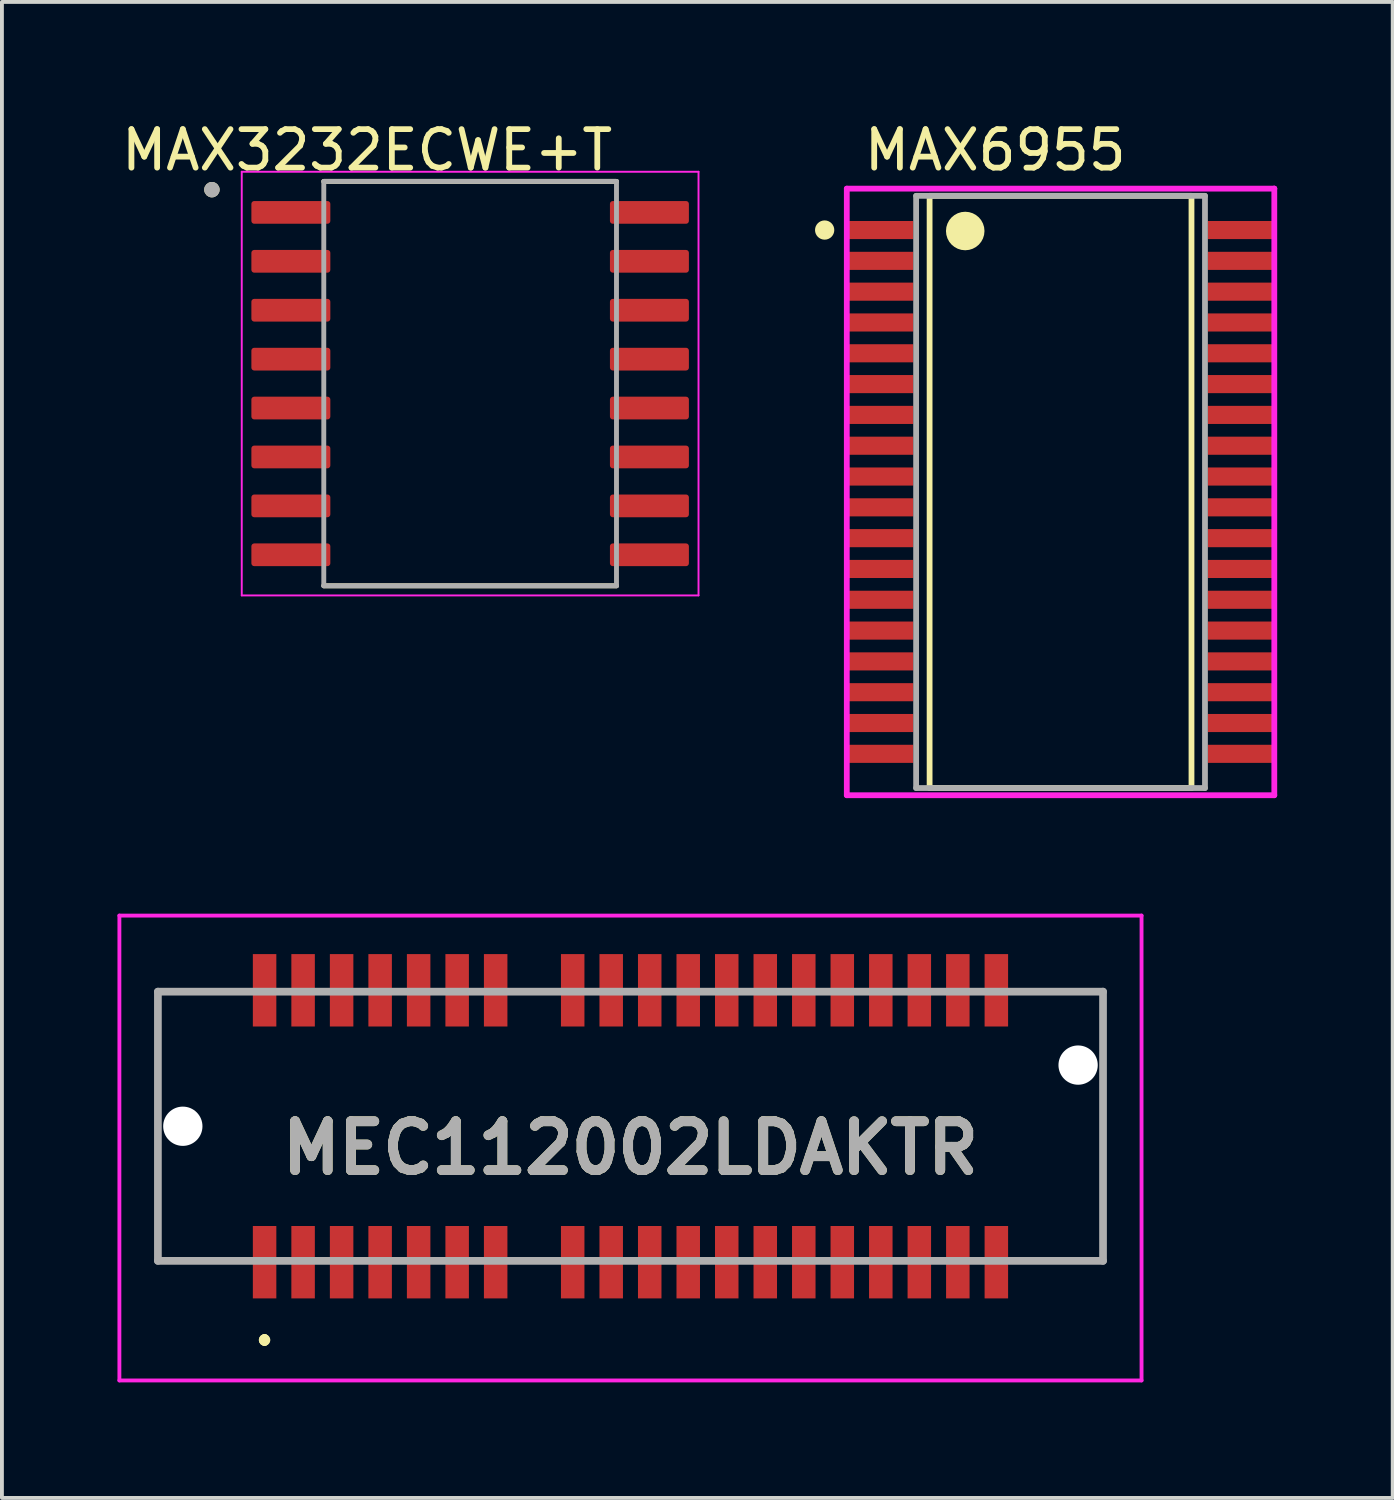
<source format=kicad_pcb>
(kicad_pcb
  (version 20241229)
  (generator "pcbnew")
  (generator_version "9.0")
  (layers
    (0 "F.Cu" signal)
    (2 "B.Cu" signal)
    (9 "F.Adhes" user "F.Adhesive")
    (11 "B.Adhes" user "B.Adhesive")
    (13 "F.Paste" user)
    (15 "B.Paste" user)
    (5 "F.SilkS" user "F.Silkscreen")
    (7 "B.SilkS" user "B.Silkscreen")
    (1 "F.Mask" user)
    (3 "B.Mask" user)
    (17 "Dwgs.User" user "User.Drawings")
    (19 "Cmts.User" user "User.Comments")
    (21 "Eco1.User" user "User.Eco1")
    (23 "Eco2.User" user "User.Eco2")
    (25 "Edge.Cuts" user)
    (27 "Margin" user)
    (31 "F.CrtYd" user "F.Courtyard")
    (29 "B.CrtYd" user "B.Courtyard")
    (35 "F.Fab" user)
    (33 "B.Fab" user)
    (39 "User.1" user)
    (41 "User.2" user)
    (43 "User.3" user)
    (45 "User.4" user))
  (footprint "MAX3232ECWE+T"
    (layer "F.Cu")
    (at 9.157 6.91)
    (property "Reference" "MAX3232ECWE+T" (at -2.675 -6.062 0) (layer "F.SilkS") (effects (font (size 1 1) (thickness 0.15))))
    (attr smd)
    (fp_line (start -3.8 -5.25) (end 3.8 -5.25) (stroke (width 0.127) (type solid)) (layer "F.SilkS"))
    (fp_line (start -3.8 5.25) (end 3.8 5.25) (stroke (width 0.127) (type solid)) (layer "F.SilkS"))
    (fp_circle (center -6.705 -5.035) (end -6.605 -5.035) (stroke (width 0.2) (type solid)) (fill no) (layer "F.SilkS"))
    (fp_line (start -5.93 -5.5) (end -5.93 5.5) (stroke (width 0.05) (type solid)) (layer "F.CrtYd"))
    (fp_line (start -5.93 -5.5) (end 5.93 -5.5) (stroke (width 0.05) (type solid)) (layer "F.CrtYd"))
    (fp_line (start -5.93 5.5) (end 5.93 5.5) (stroke (width 0.05) (type solid)) (layer "F.CrtYd"))
    (fp_line (start 5.93 -5.5) (end 5.93 5.5) (stroke (width 0.05) (type solid)) (layer "F.CrtYd"))
    (fp_line (start -3.8 -5.25) (end -3.8 5.25) (stroke (width 0.127) (type solid)) (layer "F.Fab"))
    (fp_line (start -3.8 -5.25) (end 3.8 -5.25) (stroke (width 0.127) (type solid)) (layer "F.Fab"))
    (fp_line (start -3.8 5.25) (end 3.8 5.25) (stroke (width 0.127) (type solid)) (layer "F.Fab"))
    (fp_line (start 3.8 -5.25) (end 3.8 5.25) (stroke (width 0.127) (type solid)) (layer "F.Fab"))
    (fp_circle (center -6.705 -5.035) (end -6.605 -5.035) (stroke (width 0.2) (type solid)) (fill no) (layer "F.Fab"))
    (pad "1" smd roundrect (at -4.655 -4.445) (size 2.05 0.59) (layers "F.Cu" "F.Mask" "F.Paste") (roundrect_rratio 0.125))
    (pad "2" smd roundrect (at -4.655 -3.175) (size 2.05 0.59) (layers "F.Cu" "F.Mask" "F.Paste") (roundrect_rratio 0.125))
    (pad "3" smd roundrect (at -4.655 -1.905) (size 2.05 0.59) (layers "F.Cu" "F.Mask" "F.Paste") (roundrect_rratio 0.125))
    (pad "4" smd roundrect (at -4.655 -0.635) (size 2.05 0.59) (layers "F.Cu" "F.Mask" "F.Paste") (roundrect_rratio 0.125))
    (pad "5" smd roundrect (at -4.655 0.635) (size 2.05 0.59) (layers "F.Cu" "F.Mask" "F.Paste") (roundrect_rratio 0.125))
    (pad "6" smd roundrect (at -4.655 1.905) (size 2.05 0.59) (layers "F.Cu" "F.Mask" "F.Paste") (roundrect_rratio 0.125))
    (pad "7" smd roundrect (at -4.655 3.175) (size 2.05 0.59) (layers "F.Cu" "F.Mask" "F.Paste") (roundrect_rratio 0.125))
    (pad "8" smd roundrect (at -4.655 4.445) (size 2.05 0.59) (layers "F.Cu" "F.Mask" "F.Paste") (roundrect_rratio 0.125))
    (pad "9" smd roundrect (at 4.655 4.445) (size 2.05 0.59) (layers "F.Cu" "F.Mask" "F.Paste") (roundrect_rratio 0.125))
    (pad "10" smd roundrect (at 4.655 3.175) (size 2.05 0.59) (layers "F.Cu" "F.Mask" "F.Paste") (roundrect_rratio 0.125))
    (pad "11" smd roundrect (at 4.655 1.905) (size 2.05 0.59) (layers "F.Cu" "F.Mask" "F.Paste") (roundrect_rratio 0.125))
    (pad "12" smd roundrect (at 4.655 0.635) (size 2.05 0.59) (layers "F.Cu" "F.Mask" "F.Paste") (roundrect_rratio 0.125))
    (pad "13" smd roundrect (at 4.655 -0.635) (size 2.05 0.59) (layers "F.Cu" "F.Mask" "F.Paste") (roundrect_rratio 0.125))
    (pad "14" smd roundrect (at 4.655 -1.905) (size 2.05 0.59) (layers "F.Cu" "F.Mask" "F.Paste") (roundrect_rratio 0.125))
    (pad "15" smd roundrect (at 4.655 -3.175) (size 2.05 0.59) (layers "F.Cu" "F.Mask" "F.Paste") (roundrect_rratio 0.125))
    (pad "16" smd roundrect (at 4.655 -4.445) (size 2.05 0.59) (layers "F.Cu" "F.Mask" "F.Paste") (roundrect_rratio 0.125)))
  (footprint "MAX6955"
    (layer "F.Cu")
    (at 24.487 9.723)
    (property "Reference" "MAX6955" (at -5.175 -8.875 0) (layer "F.SilkS") (effects (font (size 1 1) (thickness 0.15)) (justify left)))
    (attr through_hole)
    (fp_line (start -3.4 -7.688) (end 3.4 -7.688) (stroke (width 0.15) (type solid)) (layer "F.SilkS"))
    (fp_line (start -3.4 7.688) (end -3.4 -7.688) (stroke (width 0.15) (type solid)) (layer "F.SilkS"))
    (fp_line (start 3.4 -7.688) (end 3.4 7.688) (stroke (width 0.15) (type solid)) (layer "F.SilkS"))
    (fp_line (start 3.4 7.688) (end -3.4 7.688) (stroke (width 0.15) (type solid)) (layer "F.SilkS"))
    (fp_circle (center -6.125 -6.8) (end -6 -6.8) (stroke (width 0.25) (type solid)) (fill no) (layer "F.SilkS"))
    (fp_circle (center -2.475 -6.775) (end -2.225 -6.775) (stroke (width 0.5) (type solid)) (fill no) (layer "F.SilkS"))
    (fp_line (start -5.55 -7.875) (end -5.55 7.875) (stroke (width 0.15) (type solid)) (layer "F.CrtYd"))
    (fp_line (start -5.55 7.875) (end 5.55 7.875) (stroke (width 0.15) (type solid)) (layer "F.CrtYd"))
    (fp_line (start 5.55 -7.875) (end -5.55 -7.875) (stroke (width 0.15) (type solid)) (layer "F.CrtYd"))
    (fp_line (start 5.55 -7.875) (end 5.55 -7.875) (stroke (width 0.15) (type solid)) (layer "F.CrtYd"))
    (fp_line (start 5.55 7.875) (end 5.55 -7.875) (stroke (width 0.15) (type solid)) (layer "F.CrtYd"))
    (fp_line (start -3.75 -7.688) (end 3.75 -7.688) (stroke (width 0.15) (type solid)) (layer "F.Fab"))
    (fp_line (start -3.75 7.688) (end -3.75 -7.688) (stroke (width 0.15) (type solid)) (layer "F.Fab"))
    (fp_line (start 3.75 -7.688) (end 3.75 7.688) (stroke (width 0.15) (type solid)) (layer "F.Fab"))
    (fp_line (start 3.75 7.688) (end -3.75 7.688) (stroke (width 0.15) (type solid)) (layer "F.Fab"))
    (pad "1" smd rect (at -4.675 -6.8) (size 1.7 0.47) (layers "F.Cu" "F.Mask" "F.Paste"))
    (pad "2" smd rect (at -4.675 -6) (size 1.7 0.47) (layers "F.Cu" "F.Mask" "F.Paste"))
    (pad "3" smd rect (at -4.675 -5.2) (size 1.7 0.47) (layers "F.Cu" "F.Mask" "F.Paste"))
    (pad "4" smd rect (at -4.675 -4.4) (size 1.7 0.47) (layers "F.Cu" "F.Mask" "F.Paste"))
    (pad "5" smd rect (at -4.675 -3.6) (size 1.7 0.47) (layers "F.Cu" "F.Mask" "F.Paste"))
    (pad "6" smd rect (at -4.675 -2.8) (size 1.7 0.47) (layers "F.Cu" "F.Mask" "F.Paste"))
    (pad "7" smd rect (at -4.675 -2) (size 1.7 0.47) (layers "F.Cu" "F.Mask" "F.Paste"))
    (pad "8" smd rect (at -4.675 -1.2) (size 1.7 0.47) (layers "F.Cu" "F.Mask" "F.Paste"))
    (pad "9" smd rect (at -4.675 -0.4) (size 1.7 0.47) (layers "F.Cu" "F.Mask" "F.Paste"))
    (pad "10" smd rect (at -4.675 0.4) (size 1.7 0.47) (layers "F.Cu" "F.Mask" "F.Paste"))
    (pad "11" smd rect (at -4.675 1.2) (size 1.7 0.47) (layers "F.Cu" "F.Mask" "F.Paste"))
    (pad "12" smd rect (at -4.675 2) (size 1.7 0.47) (layers "F.Cu" "F.Mask" "F.Paste"))
    (pad "13" smd rect (at -4.675 2.8) (size 1.7 0.47) (layers "F.Cu" "F.Mask" "F.Paste"))
    (pad "14" smd rect (at -4.675 3.6) (size 1.7 0.47) (layers "F.Cu" "F.Mask" "F.Paste"))
    (pad "15" smd rect (at -4.675 4.4) (size 1.7 0.47) (layers "F.Cu" "F.Mask" "F.Paste"))
    (pad "16" smd rect (at -4.675 5.2) (size 1.7 0.47) (layers "F.Cu" "F.Mask" "F.Paste"))
    (pad "17" smd rect (at -4.675 6) (size 1.7 0.47) (layers "F.Cu" "F.Mask" "F.Paste"))
    (pad "18" smd rect (at -4.675 6.8) (size 1.7 0.47) (layers "F.Cu" "F.Mask" "F.Paste"))
    (pad "19" smd rect (at 4.675 6.8) (size 1.7 0.47) (layers "F.Cu" "F.Mask" "F.Paste"))
    (pad "20" smd rect (at 4.675 6) (size 1.7 0.47) (layers "F.Cu" "F.Mask" "F.Paste"))
    (pad "21" smd rect (at 4.675 5.2) (size 1.7 0.47) (layers "F.Cu" "F.Mask" "F.Paste"))
    (pad "22" smd rect (at 4.675 4.4) (size 1.7 0.47) (layers "F.Cu" "F.Mask" "F.Paste"))
    (pad "23" smd rect (at 4.675 3.6) (size 1.7 0.47) (layers "F.Cu" "F.Mask" "F.Paste"))
    (pad "24" smd rect (at 4.675 2.8) (size 1.7 0.47) (layers "F.Cu" "F.Mask" "F.Paste"))
    (pad "25" smd rect (at 4.675 2) (size 1.7 0.47) (layers "F.Cu" "F.Mask" "F.Paste"))
    (pad "26" smd rect (at 4.675 1.2) (size 1.7 0.47) (layers "F.Cu" "F.Mask" "F.Paste"))
    (pad "27" smd rect (at 4.675 0.4) (size 1.7 0.47) (layers "F.Cu" "F.Mask" "F.Paste"))
    (pad "28" smd rect (at 4.675 -0.4) (size 1.7 0.47) (layers "F.Cu" "F.Mask" "F.Paste"))
    (pad "29" smd rect (at 4.675 -1.2) (size 1.7 0.47) (layers "F.Cu" "F.Mask" "F.Paste"))
    (pad "30" smd rect (at 4.675 -2) (size 1.7 0.47) (layers "F.Cu" "F.Mask" "F.Paste"))
    (pad "31" smd rect (at 4.675 -2.8) (size 1.7 0.47) (layers "F.Cu" "F.Mask" "F.Paste"))
    (pad "32" smd rect (at 4.675 -3.6) (size 1.7 0.47) (layers "F.Cu" "F.Mask" "F.Paste"))
    (pad "33" smd rect (at 4.675 -4.4) (size 1.7 0.47) (layers "F.Cu" "F.Mask" "F.Paste"))
    (pad "34" smd rect (at 4.675 -5.2) (size 1.7 0.47) (layers "F.Cu" "F.Mask" "F.Paste"))
    (pad "35" smd rect (at 4.675 -6) (size 1.7 0.47) (layers "F.Cu" "F.Mask" "F.Paste"))
    (pad "36" smd rect (at 4.675 -6.8) (size 1.7 0.47) (layers "F.Cu" "F.Mask" "F.Paste")))
  (footprint "MEC112002LDAKTR"
    (layer "F.Cu")
    (at 13.32 26.193)
    (property "Reference" "MEC112002LDAKTR" (at 0 0.565 0) (layer "F.SilkS") (effects (font (size 1.27 1.27) (thickness 0.254))))
    (attr through_hole)
    (fp_line (start -12.27 1.25) (end -12.27 1.25) (stroke (width 0.1) (type solid)) (layer "F.SilkS"))
    (fp_line (start -12.27 1.25) (end -12.27 3.495) (stroke (width 0.1) (type solid)) (layer "F.SilkS"))
    (fp_line (start -12.27 3.495) (end -12.27 1.25) (stroke (width 0.1) (type solid)) (layer "F.SilkS"))
    (fp_line (start -12.27 3.495) (end -12.27 3.495) (stroke (width 0.1) (type solid)) (layer "F.SilkS"))
    (fp_line (start -12.27 3.495) (end -12.27 3.495) (stroke (width 0.1) (type solid)) (layer "F.SilkS"))
    (fp_line (start -12.27 3.495) (end -10.5 3.495) (stroke (width 0.1) (type solid)) (layer "F.SilkS"))
    (fp_line (start -12.25 -3.495) (end -12.25 -3.495) (stroke (width 0.1) (type solid)) (layer "F.SilkS"))
    (fp_line (start -12.25 -3.495) (end -12.25 -3.495) (stroke (width 0.1) (type solid)) (layer "F.SilkS"))
    (fp_line (start -12.25 -3.495) (end -12.25 -1.25) (stroke (width 0.1) (type solid)) (layer "F.SilkS"))
    (fp_line (start -12.25 -3.495) (end -10.5 -3.495) (stroke (width 0.1) (type solid)) (layer "F.SilkS"))
    (fp_line (start -12.25 -1.25) (end -12.25 -3.495) (stroke (width 0.1) (type solid)) (layer "F.SilkS"))
    (fp_line (start -12.25 -1.25) (end -12.25 -1.25) (stroke (width 0.1) (type solid)) (layer "F.SilkS"))
    (fp_line (start -10.5 -3.495) (end -12.25 -3.495) (stroke (width 0.1) (type solid)) (layer "F.SilkS"))
    (fp_line (start -10.5 -3.495) (end -10.5 -3.495) (stroke (width 0.1) (type solid)) (layer "F.SilkS"))
    (fp_line (start -10.5 3.495) (end -12.27 3.495) (stroke (width 0.1) (type solid)) (layer "F.SilkS"))
    (fp_line (start -10.5 3.495) (end -10.5 3.495) (stroke (width 0.1) (type solid)) (layer "F.SilkS"))
    (fp_line (start -9.5 5.5) (end -9.5 5.5) (stroke (width 0.2) (type solid)) (layer "F.SilkS"))
    (fp_line (start -9.5 5.5) (end -9.5 5.5) (stroke (width 0.2) (type solid)) (layer "F.SilkS"))
    (fp_line (start -9.5 5.6) (end -9.5 5.6) (stroke (width 0.2) (type solid)) (layer "F.SilkS"))
    (fp_line (start 10.5 -3.495) (end 10.5 -3.495) (stroke (width 0.1) (type solid)) (layer "F.SilkS"))
    (fp_line (start 10.5 -3.495) (end 12.27 -3.495) (stroke (width 0.1) (type solid)) (layer "F.SilkS"))
    (fp_line (start 10.5 3.495) (end 10.5 3.5) (stroke (width 0.1) (type solid)) (layer "F.SilkS"))
    (fp_line (start 10.5 3.5) (end 12.27 3.5) (stroke (width 0.1) (type solid)) (layer "F.SilkS"))
    (fp_line (start 12.27 -3.495) (end 10.5 -3.495) (stroke (width 0.1) (type solid)) (layer "F.SilkS"))
    (fp_line (start 12.27 -3.495) (end 12.27 -3.495) (stroke (width 0.1) (type solid)) (layer "F.SilkS"))
    (fp_line (start 12.27 -3.495) (end 12.27 -3.495) (stroke (width 0.1) (type solid)) (layer "F.SilkS"))
    (fp_line (start 12.27 -3.495) (end 12.27 -2.75) (stroke (width 0.1) (type solid)) (layer "F.SilkS"))
    (fp_line (start 12.27 -2.75) (end 12.27 -3.495) (stroke (width 0.1) (type solid)) (layer "F.SilkS"))
    (fp_line (start 12.27 -2.75) (end 12.27 -2.75) (stroke (width 0.1) (type solid)) (layer "F.SilkS"))
    (fp_line (start 12.27 -0.5) (end 12.27 -0.5) (stroke (width 0.1) (type solid)) (layer "F.SilkS"))
    (fp_line (start 12.27 -0.5) (end 12.27 3.495) (stroke (width 0.1) (type solid)) (layer "F.SilkS"))
    (fp_line (start 12.27 3.495) (end 10.5 3.495) (stroke (width 0.1) (type solid)) (layer "F.SilkS"))
    (fp_line (start 12.27 3.495) (end 12.27 -0.5) (stroke (width 0.1) (type solid)) (layer "F.SilkS"))
    (fp_line (start 12.27 3.495) (end 12.27 3.495) (stroke (width 0.1) (type solid)) (layer "F.SilkS"))
    (fp_line (start 12.27 3.5) (end 12.27 3.495) (stroke (width 0.1) (type solid)) (layer "F.SilkS"))
    (fp_arc (start -9.5 5.5) (mid -9.45 5.55) (end -9.5 5.6) (stroke (width 0.2) (type solid)) (layer "F.SilkS"))
    (fp_arc (start -9.5 5.6) (mid -9.55 5.55) (end -9.5 5.5) (stroke (width 0.2) (type solid)) (layer "F.SilkS"))
    (fp_arc (start -9.5 5.6) (mid -9.55 5.55) (end -9.5 5.5) (stroke (width 0.2) (type solid)) (layer "F.SilkS"))
    (fp_line (start -13.27 -5.47) (end 13.27 -5.47) (stroke (width 0.1) (type solid)) (layer "F.CrtYd"))
    (fp_line (start -13.27 6.6) (end -13.27 -5.47) (stroke (width 0.1) (type solid)) (layer "F.CrtYd"))
    (fp_line (start 13.27 -5.47) (end 13.27 6.6) (stroke (width 0.1) (type solid)) (layer "F.CrtYd"))
    (fp_line (start 13.27 6.6) (end -13.27 6.6) (stroke (width 0.1) (type solid)) (layer "F.CrtYd"))
    (fp_line (start -12.27 -3.495) (end -12.27 3.495) (stroke (width 0.2) (type solid)) (layer "F.Fab"))
    (fp_line (start -12.27 3.495) (end 12.27 3.495) (stroke (width 0.2) (type solid)) (layer "F.Fab"))
    (fp_line (start 12.27 -3.495) (end -12.27 -3.495) (stroke (width 0.2) (type solid)) (layer "F.Fab"))
    (fp_line (start 12.27 3.495) (end 12.27 -3.495) (stroke (width 0.2) (type solid)) (layer "F.Fab"))
    (fp_text user "${REFERENCE}" (at 0 0.565 0) (layer "F.Fab") (effects (font (size 1.27 1.27) (thickness 0.254))))
    (pad "" np_thru_hole circle (at -11.623 0) (size 1.02 1.02) (drill 1.02) (layers "*.Cu" "*.Mask"))
    (pad "" np_thru_hole circle (at 11.623 -1.588) (size 1.02 1.02) (drill 1.02) (layers "*.Cu" "*.Mask"))
    (pad "1" smd rect (at -9.5 3.53) (size 0.61 1.88) (layers "F.Cu" "F.Mask" "F.Paste"))
    (pad "2" smd rect (at -9.5 -3.53) (size 0.61 1.88) (layers "F.Cu" "F.Mask" "F.Paste"))
    (pad "3" smd rect (at -8.5 3.53) (size 0.61 1.88) (layers "F.Cu" "F.Mask" "F.Paste"))
    (pad "4" smd rect (at -8.5 -3.53) (size 0.61 1.88) (layers "F.Cu" "F.Mask" "F.Paste"))
    (pad "5" smd rect (at -7.5 3.53) (size 0.61 1.88) (layers "F.Cu" "F.Mask" "F.Paste"))
    (pad "6" smd rect (at -7.5 -3.53) (size 0.61 1.88) (layers "F.Cu" "F.Mask" "F.Paste"))
    (pad "7" smd rect (at -6.5 3.53) (size 0.61 1.88) (layers "F.Cu" "F.Mask" "F.Paste"))
    (pad "8" smd rect (at -6.5 -3.53) (size 0.61 1.88) (layers "F.Cu" "F.Mask" "F.Paste"))
    (pad "9" smd rect (at -5.5 3.53) (size 0.61 1.88) (layers "F.Cu" "F.Mask" "F.Paste"))
    (pad "10" smd rect (at -5.5 -3.53) (size 0.61 1.88) (layers "F.Cu" "F.Mask" "F.Paste"))
    (pad "11" smd rect (at -4.5 3.53) (size 0.61 1.88) (layers "F.Cu" "F.Mask" "F.Paste"))
    (pad "12" smd rect (at -4.5 -3.53) (size 0.61 1.88) (layers "F.Cu" "F.Mask" "F.Paste"))
    (pad "13" smd rect (at -3.5 3.53) (size 0.61 1.88) (layers "F.Cu" "F.Mask" "F.Paste"))
    (pad "14" smd rect (at -3.5 -3.53) (size 0.61 1.88) (layers "F.Cu" "F.Mask" "F.Paste"))
    (pad "17" smd rect (at -1.5 3.53) (size 0.61 1.88) (layers "F.Cu" "F.Mask" "F.Paste"))
    (pad "18" smd rect (at -1.5 -3.53) (size 0.61 1.88) (layers "F.Cu" "F.Mask" "F.Paste"))
    (pad "19" smd rect (at -0.5 3.53) (size 0.61 1.88) (layers "F.Cu" "F.Mask" "F.Paste"))
    (pad "20" smd rect (at -0.5 -3.53) (size 0.61 1.88) (layers "F.Cu" "F.Mask" "F.Paste"))
    (pad "21" smd rect (at 0.5 3.53) (size 0.61 1.88) (layers "F.Cu" "F.Mask" "F.Paste"))
    (pad "22" smd rect (at 0.5 -3.53) (size 0.61 1.88) (layers "F.Cu" "F.Mask" "F.Paste"))
    (pad "23" smd rect (at 1.5 3.53) (size 0.61 1.88) (layers "F.Cu" "F.Mask" "F.Paste"))
    (pad "24" smd rect (at 1.5 -3.53) (size 0.61 1.88) (layers "F.Cu" "F.Mask" "F.Paste"))
    (pad "25" smd rect (at 2.5 3.53) (size 0.61 1.88) (layers "F.Cu" "F.Mask" "F.Paste"))
    (pad "26" smd rect (at 2.5 -3.53) (size 0.61 1.88) (layers "F.Cu" "F.Mask" "F.Paste"))
    (pad "27" smd rect (at 3.5 3.53) (size 0.61 1.88) (layers "F.Cu" "F.Mask" "F.Paste"))
    (pad "28" smd rect (at 3.5 -3.53) (size 0.61 1.88) (layers "F.Cu" "F.Mask" "F.Paste"))
    (pad "29" smd rect (at 4.5 3.53) (size 0.61 1.88) (layers "F.Cu" "F.Mask" "F.Paste"))
    (pad "30" smd rect (at 4.5 -3.53) (size 0.61 1.88) (layers "F.Cu" "F.Mask" "F.Paste"))
    (pad "31" smd rect (at 5.5 3.53) (size 0.61 1.88) (layers "F.Cu" "F.Mask" "F.Paste"))
    (pad "32" smd rect (at 5.5 -3.53) (size 0.61 1.88) (layers "F.Cu" "F.Mask" "F.Paste"))
    (pad "33" smd rect (at 6.5 3.53) (size 0.61 1.88) (layers "F.Cu" "F.Mask" "F.Paste"))
    (pad "34" smd rect (at 6.5 -3.53) (size 0.61 1.88) (layers "F.Cu" "F.Mask" "F.Paste"))
    (pad "35" smd rect (at 7.5 3.53) (size 0.61 1.88) (layers "F.Cu" "F.Mask" "F.Paste"))
    (pad "36" smd rect (at 7.5 -3.53) (size 0.61 1.88) (layers "F.Cu" "F.Mask" "F.Paste"))
    (pad "37" smd rect (at 8.5 3.53) (size 0.61 1.88) (layers "F.Cu" "F.Mask" "F.Paste"))
    (pad "38" smd rect (at 8.5 -3.53) (size 0.61 1.88) (layers "F.Cu" "F.Mask" "F.Paste"))
    (pad "39" smd rect (at 9.5 3.53) (size 0.61 1.88) (layers "F.Cu" "F.Mask" "F.Paste"))
    (pad "40" smd rect (at 9.5 -3.53) (size 0.61 1.88) (layers "F.Cu" "F.Mask" "F.Paste")))
  (gr_rect
    (start -3 -3)
    (end 33.112 35.843)
    (stroke (width 0.1) (type default))
    (fill no)
    (layer "Edge.Cuts")))
</source>
